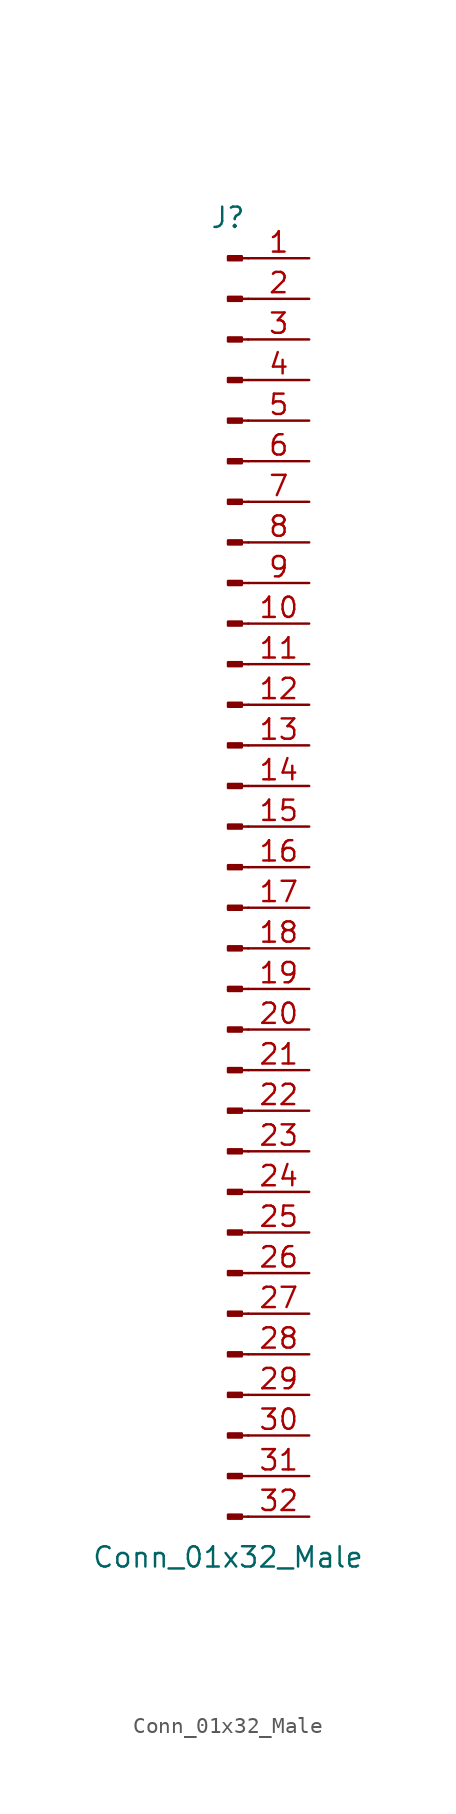
<source format=kicad_sym>
(kicad_symbol_lib
  (version 20211014)
  (generator kicad_symbol_editor)
  (symbol "Conn_01x32_Male"
    (pin_names
      (offset 1.016) hide)
    (property "Reference" "J"
      (at 0 40.64 0)
      (effects (font (size 1.27 1.27))))
    (property "Value" "Conn_01x32_Male"
      (at 0 -43.18 0)
      (effects (font (size 1.27 1.27))))
    (symbol "Conn_01x32_Male_1_1"
      (polyline (pts (xy 1.27 -40.64) (xy 0.864 -40.64)) (stroke (width 0.152) (type default) (color 0 0 0 0)) (fill (type none)))
      (polyline (pts (xy 1.27 -38.1) (xy 0.864 -38.1)) (stroke (width 0.152) (type default) (color 0 0 0 0)) (fill (type none)))
      (polyline (pts (xy 1.27 -35.56) (xy 0.864 -35.56)) (stroke (width 0.152) (type default) (color 0 0 0 0)) (fill (type none)))
      (polyline (pts (xy 1.27 -33.02) (xy 0.864 -33.02)) (stroke (width 0.152) (type default) (color 0 0 0 0)) (fill (type none)))
      (polyline (pts (xy 1.27 -30.48) (xy 0.864 -30.48)) (stroke (width 0.152) (type default) (color 0 0 0 0)) (fill (type none)))
      (polyline (pts (xy 1.27 -27.94) (xy 0.864 -27.94)) (stroke (width 0.152) (type default) (color 0 0 0 0)) (fill (type none)))
      (polyline (pts (xy 1.27 -25.4) (xy 0.864 -25.4)) (stroke (width 0.152) (type default) (color 0 0 0 0)) (fill (type none)))
      (polyline (pts (xy 1.27 -22.86) (xy 0.864 -22.86)) (stroke (width 0.152) (type default) (color 0 0 0 0)) (fill (type none)))
      (polyline (pts (xy 1.27 -20.32) (xy 0.864 -20.32)) (stroke (width 0.152) (type default) (color 0 0 0 0)) (fill (type none)))
      (polyline (pts (xy 1.27 -17.78) (xy 0.864 -17.78)) (stroke (width 0.152) (type default) (color 0 0 0 0)) (fill (type none)))
      (polyline (pts (xy 1.27 -15.24) (xy 0.864 -15.24)) (stroke (width 0.152) (type default) (color 0 0 0 0)) (fill (type none)))
      (polyline (pts (xy 1.27 -12.7) (xy 0.864 -12.7)) (stroke (width 0.152) (type default) (color 0 0 0 0)) (fill (type none)))
      (polyline (pts (xy 1.27 -10.16) (xy 0.864 -10.16)) (stroke (width 0.152) (type default) (color 0 0 0 0)) (fill (type none)))
      (polyline (pts (xy 1.27 -7.62) (xy 0.864 -7.62)) (stroke (width 0.152) (type default) (color 0 0 0 0)) (fill (type none)))
      (polyline (pts (xy 1.27 -5.08) (xy 0.864 -5.08)) (stroke (width 0.152) (type default) (color 0 0 0 0)) (fill (type none)))
      (polyline (pts (xy 1.27 -2.54) (xy 0.864 -2.54)) (stroke (width 0.152) (type default) (color 0 0 0 0)) (fill (type none)))
      (polyline (pts (xy 1.27 0) (xy 0.864 0)) (stroke (width 0.152) (type default) (color 0 0 0 0)) (fill (type none)))
      (polyline (pts (xy 1.27 2.54) (xy 0.864 2.54)) (stroke (width 0.152) (type default) (color 0 0 0 0)) (fill (type none)))
      (polyline (pts (xy 1.27 5.08) (xy 0.864 5.08)) (stroke (width 0.152) (type default) (color 0 0 0 0)) (fill (type none)))
      (polyline (pts (xy 1.27 7.62) (xy 0.864 7.62)) (stroke (width 0.152) (type default) (color 0 0 0 0)) (fill (type none)))
      (polyline (pts (xy 1.27 10.16) (xy 0.864 10.16)) (stroke (width 0.152) (type default) (color 0 0 0 0)) (fill (type none)))
      (polyline (pts (xy 1.27 12.7) (xy 0.864 12.7)) (stroke (width 0.152) (type default) (color 0 0 0 0)) (fill (type none)))
      (polyline (pts (xy 1.27 15.24) (xy 0.864 15.24)) (stroke (width 0.152) (type default) (color 0 0 0 0)) (fill (type none)))
      (polyline (pts (xy 1.27 17.78) (xy 0.864 17.78)) (stroke (width 0.152) (type default) (color 0 0 0 0)) (fill (type none)))
      (polyline (pts (xy 1.27 20.32) (xy 0.864 20.32)) (stroke (width 0.152) (type default) (color 0 0 0 0)) (fill (type none)))
      (polyline (pts (xy 1.27 22.86) (xy 0.864 22.86)) (stroke (width 0.152) (type default) (color 0 0 0 0)) (fill (type none)))
      (polyline (pts (xy 1.27 25.4) (xy 0.864 25.4)) (stroke (width 0.152) (type default) (color 0 0 0 0)) (fill (type none)))
      (polyline (pts (xy 1.27 27.94) (xy 0.864 27.94)) (stroke (width 0.152) (type default) (color 0 0 0 0)) (fill (type none)))
      (polyline (pts (xy 1.27 30.48) (xy 0.864 30.48)) (stroke (width 0.152) (type default) (color 0 0 0 0)) (fill (type none)))
      (polyline (pts (xy 1.27 33.02) (xy 0.864 33.02)) (stroke (width 0.152) (type default) (color 0 0 0 0)) (fill (type none)))
      (polyline (pts (xy 1.27 35.56) (xy 0.864 35.56)) (stroke (width 0.152) (type default) (color 0 0 0 0)) (fill (type none)))
      (polyline (pts (xy 1.27 38.1) (xy 0.864 38.1)) (stroke (width 0.152) (type default) (color 0 0 0 0)) (fill (type none)))
      (rectangle (start 0.864 -40.513) (end 0 -40.767) (stroke (width 0.152) (type default) (color 0 0 0 0)) (fill (type outline)))
      (rectangle (start 0.864 -37.973) (end 0 -38.227) (stroke (width 0.152) (type default) (color 0 0 0 0)) (fill (type outline)))
      (rectangle (start 0.864 -35.433) (end 0 -35.687) (stroke (width 0.152) (type default) (color 0 0 0 0)) (fill (type outline)))
      (rectangle (start 0.864 -32.893) (end 0 -33.147) (stroke (width 0.152) (type default) (color 0 0 0 0)) (fill (type outline)))
      (rectangle (start 0.864 -30.353) (end 0 -30.607) (stroke (width 0.152) (type default) (color 0 0 0 0)) (fill (type outline)))
      (rectangle (start 0.864 -27.813) (end 0 -28.067) (stroke (width 0.152) (type default) (color 0 0 0 0)) (fill (type outline)))
      (rectangle (start 0.864 -25.273) (end 0 -25.527) (stroke (width 0.152) (type default) (color 0 0 0 0)) (fill (type outline)))
      (rectangle (start 0.864 -22.733) (end 0 -22.987) (stroke (width 0.152) (type default) (color 0 0 0 0)) (fill (type outline)))
      (rectangle (start 0.864 -20.193) (end 0 -20.447) (stroke (width 0.152) (type default) (color 0 0 0 0)) (fill (type outline)))
      (rectangle (start 0.864 -17.653) (end 0 -17.907) (stroke (width 0.152) (type default) (color 0 0 0 0)) (fill (type outline)))
      (rectangle (start 0.864 -15.113) (end 0 -15.367) (stroke (width 0.152) (type default) (color 0 0 0 0)) (fill (type outline)))
      (rectangle (start 0.864 -12.573) (end 0 -12.827) (stroke (width 0.152) (type default) (color 0 0 0 0)) (fill (type outline)))
      (rectangle (start 0.864 -10.033) (end 0 -10.287) (stroke (width 0.152) (type default) (color 0 0 0 0)) (fill (type outline)))
      (rectangle (start 0.864 -7.493) (end 0 -7.747) (stroke (width 0.152) (type default) (color 0 0 0 0)) (fill (type outline)))
      (rectangle (start 0.864 -4.953) (end 0 -5.207) (stroke (width 0.152) (type default) (color 0 0 0 0)) (fill (type outline)))
      (rectangle (start 0.864 -2.413) (end 0 -2.667) (stroke (width 0.152) (type default) (color 0 0 0 0)) (fill (type outline)))
      (rectangle (start 0.864 0.127) (end 0 -0.127) (stroke (width 0.152) (type default) (color 0 0 0 0)) (fill (type outline)))
      (rectangle (start 0.864 2.667) (end 0 2.413) (stroke (width 0.152) (type default) (color 0 0 0 0)) (fill (type outline)))
      (rectangle (start 0.864 5.207) (end 0 4.953) (stroke (width 0.152) (type default) (color 0 0 0 0)) (fill (type outline)))
      (rectangle (start 0.864 7.747) (end 0 7.493) (stroke (width 0.152) (type default) (color 0 0 0 0)) (fill (type outline)))
      (rectangle (start 0.864 10.287) (end 0 10.033) (stroke (width 0.152) (type default) (color 0 0 0 0)) (fill (type outline)))
      (rectangle (start 0.864 12.827) (end 0 12.573) (stroke (width 0.152) (type default) (color 0 0 0 0)) (fill (type outline)))
      (rectangle (start 0.864 15.367) (end 0 15.113) (stroke (width 0.152) (type default) (color 0 0 0 0)) (fill (type outline)))
      (rectangle (start 0.864 17.907) (end 0 17.653) (stroke (width 0.152) (type default) (color 0 0 0 0)) (fill (type outline)))
      (rectangle (start 0.864 20.447) (end 0 20.193) (stroke (width 0.152) (type default) (color 0 0 0 0)) (fill (type outline)))
      (rectangle (start 0.864 22.987) (end 0 22.733) (stroke (width 0.152) (type default) (color 0 0 0 0)) (fill (type outline)))
      (rectangle (start 0.864 25.527) (end 0 25.273) (stroke (width 0.152) (type default) (color 0 0 0 0)) (fill (type outline)))
      (rectangle (start 0.864 28.067) (end 0 27.813) (stroke (width 0.152) (type default) (color 0 0 0 0)) (fill (type outline)))
      (rectangle (start 0.864 30.607) (end 0 30.353) (stroke (width 0.152) (type default) (color 0 0 0 0)) (fill (type outline)))
      (rectangle (start 0.864 33.147) (end 0 32.893) (stroke (width 0.152) (type default) (color 0 0 0 0)) (fill (type outline)))
      (rectangle (start 0.864 35.687) (end 0 35.433) (stroke (width 0.152) (type default) (color 0 0 0 0)) (fill (type outline)))
      (rectangle (start 0.864 38.227) (end 0 37.973) (stroke (width 0.152) (type default) (color 0 0 0 0)) (fill (type outline)))
      (pin passive line (at 5.08 38.1 180) (length 3.81) (name "Pin_1" (effects (font (size 1.27 1.27)))) (number "1" (effects (font (size 1.27 1.27)))))
      (pin passive line (at 5.08 15.24 180) (length 3.81) (name "Pin_10" (effects (font (size 1.27 1.27)))) (number "10" (effects (font (size 1.27 1.27)))))
      (pin passive line (at 5.08 12.7 180) (length 3.81) (name "Pin_11" (effects (font (size 1.27 1.27)))) (number "11" (effects (font (size 1.27 1.27)))))
      (pin passive line (at 5.08 10.16 180) (length 3.81) (name "Pin_12" (effects (font (size 1.27 1.27)))) (number "12" (effects (font (size 1.27 1.27)))))
      (pin passive line (at 5.08 7.62 180) (length 3.81) (name "Pin_13" (effects (font (size 1.27 1.27)))) (number "13" (effects (font (size 1.27 1.27)))))
      (pin passive line (at 5.08 5.08 180) (length 3.81) (name "Pin_14" (effects (font (size 1.27 1.27)))) (number "14" (effects (font (size 1.27 1.27)))))
      (pin passive line (at 5.08 2.54 180) (length 3.81) (name "Pin_15" (effects (font (size 1.27 1.27)))) (number "15" (effects (font (size 1.27 1.27)))))
      (pin passive line (at 5.08 0 180) (length 3.81) (name "Pin_16" (effects (font (size 1.27 1.27)))) (number "16" (effects (font (size 1.27 1.27)))))
      (pin passive line (at 5.08 -2.54 180) (length 3.81) (name "Pin_17" (effects (font (size 1.27 1.27)))) (number "17" (effects (font (size 1.27 1.27)))))
      (pin passive line (at 5.08 -5.08 180) (length 3.81) (name "Pin_18" (effects (font (size 1.27 1.27)))) (number "18" (effects (font (size 1.27 1.27)))))
      (pin passive line (at 5.08 -7.62 180) (length 3.81) (name "Pin_19" (effects (font (size 1.27 1.27)))) (number "19" (effects (font (size 1.27 1.27)))))
      (pin passive line (at 5.08 35.56 180) (length 3.81) (name "Pin_2" (effects (font (size 1.27 1.27)))) (number "2" (effects (font (size 1.27 1.27)))))
      (pin passive line (at 5.08 -10.16 180) (length 3.81) (name "Pin_20" (effects (font (size 1.27 1.27)))) (number "20" (effects (font (size 1.27 1.27)))))
      (pin passive line (at 5.08 -12.7 180) (length 3.81) (name "Pin_21" (effects (font (size 1.27 1.27)))) (number "21" (effects (font (size 1.27 1.27)))))
      (pin passive line (at 5.08 -15.24 180) (length 3.81) (name "Pin_22" (effects (font (size 1.27 1.27)))) (number "22" (effects (font (size 1.27 1.27)))))
      (pin passive line (at 5.08 -17.78 180) (length 3.81) (name "Pin_23" (effects (font (size 1.27 1.27)))) (number "23" (effects (font (size 1.27 1.27)))))
      (pin passive line (at 5.08 -20.32 180) (length 3.81) (name "Pin_24" (effects (font (size 1.27 1.27)))) (number "24" (effects (font (size 1.27 1.27)))))
      (pin passive line (at 5.08 -22.86 180) (length 3.81) (name "Pin_25" (effects (font (size 1.27 1.27)))) (number "25" (effects (font (size 1.27 1.27)))))
      (pin passive line (at 5.08 -25.4 180) (length 3.81) (name "Pin_26" (effects (font (size 1.27 1.27)))) (number "26" (effects (font (size 1.27 1.27)))))
      (pin passive line (at 5.08 -27.94 180) (length 3.81) (name "Pin_27" (effects (font (size 1.27 1.27)))) (number "27" (effects (font (size 1.27 1.27)))))
      (pin passive line (at 5.08 -30.48 180) (length 3.81) (name "Pin_28" (effects (font (size 1.27 1.27)))) (number "28" (effects (font (size 1.27 1.27)))))
      (pin passive line (at 5.08 -33.02 180) (length 3.81) (name "Pin_29" (effects (font (size 1.27 1.27)))) (number "29" (effects (font (size 1.27 1.27)))))
      (pin passive line (at 5.08 33.02 180) (length 3.81) (name "Pin_3" (effects (font (size 1.27 1.27)))) (number "3" (effects (font (size 1.27 1.27)))))
      (pin passive line (at 5.08 -35.56 180) (length 3.81) (name "Pin_30" (effects (font (size 1.27 1.27)))) (number "30" (effects (font (size 1.27 1.27)))))
      (pin passive line (at 5.08 -38.1 180) (length 3.81) (name "Pin_31" (effects (font (size 1.27 1.27)))) (number "31" (effects (font (size 1.27 1.27)))))
      (pin passive line (at 5.08 -40.64 180) (length 3.81) (name "Pin_32" (effects (font (size 1.27 1.27)))) (number "32" (effects (font (size 1.27 1.27)))))
      (pin passive line (at 5.08 30.48 180) (length 3.81) (name "Pin_4" (effects (font (size 1.27 1.27)))) (number "4" (effects (font (size 1.27 1.27)))))
      (pin passive line (at 5.08 27.94 180) (length 3.81) (name "Pin_5" (effects (font (size 1.27 1.27)))) (number "5" (effects (font (size 1.27 1.27)))))
      (pin passive line (at 5.08 25.4 180) (length 3.81) (name "Pin_6" (effects (font (size 1.27 1.27)))) (number "6" (effects (font (size 1.27 1.27)))))
      (pin passive line (at 5.08 22.86 180) (length 3.81) (name "Pin_7" (effects (font (size 1.27 1.27)))) (number "7" (effects (font (size 1.27 1.27)))))
      (pin passive line (at 5.08 20.32 180) (length 3.81) (name "Pin_8" (effects (font (size 1.27 1.27)))) (number "8" (effects (font (size 1.27 1.27)))))
      (pin passive line (at 5.08 17.78 180) (length 3.81) (name "Pin_9" (effects (font (size 1.27 1.27)))) (number "9" (effects (font (size 1.27 1.27))))))))
</source>
